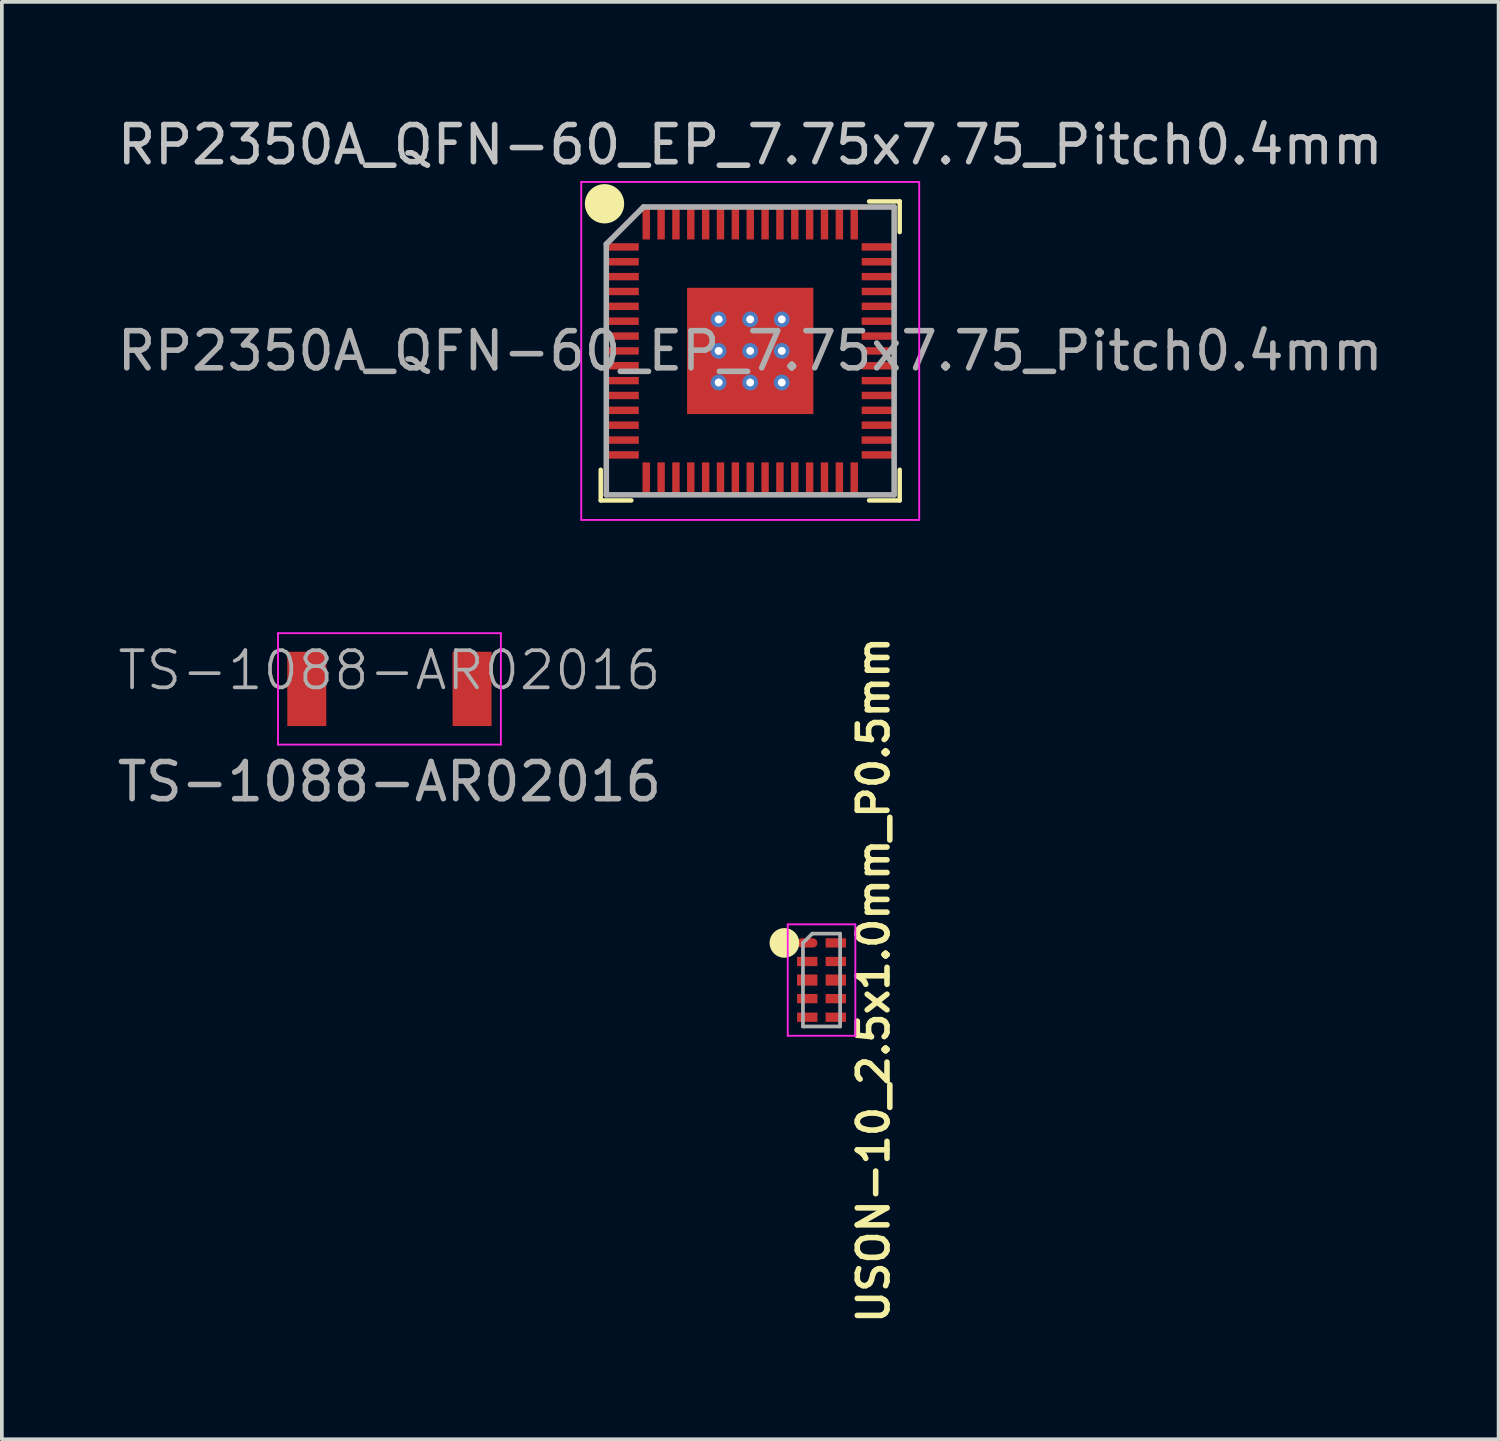
<source format=kicad_pcb>
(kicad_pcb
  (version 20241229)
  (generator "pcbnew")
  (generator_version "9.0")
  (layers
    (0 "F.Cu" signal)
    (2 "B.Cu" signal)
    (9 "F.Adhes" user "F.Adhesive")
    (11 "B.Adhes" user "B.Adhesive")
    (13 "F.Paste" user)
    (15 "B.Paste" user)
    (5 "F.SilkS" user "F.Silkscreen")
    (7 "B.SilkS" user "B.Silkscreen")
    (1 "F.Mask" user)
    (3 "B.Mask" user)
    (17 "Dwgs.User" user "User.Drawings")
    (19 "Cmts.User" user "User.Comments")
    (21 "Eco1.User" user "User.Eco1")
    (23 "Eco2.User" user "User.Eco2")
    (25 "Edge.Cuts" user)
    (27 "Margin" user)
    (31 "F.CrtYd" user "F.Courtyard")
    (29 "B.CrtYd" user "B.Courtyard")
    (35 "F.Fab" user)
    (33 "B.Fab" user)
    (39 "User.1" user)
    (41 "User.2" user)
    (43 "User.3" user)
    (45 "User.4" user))
  (footprint "USON-10_2.5x1.0mm_P0.5mm"
    (layer "F.Cu")
    (at 19.069 23.337)
    (property "Reference" "USON-10_2.5x1.0mm_P0.5mm" (at 1.4 0 270) (layer "F.SilkS") (effects (font (size 0.8 0.8) (thickness 0.15))))
    (attr smd)
    (fp_circle (center -1 -1) (end -1 -1) (stroke (width 0.4) (type solid)) (fill no) (layer "F.SilkS"))
    (fp_line (start -0.91 -1.5) (end 0.91 -1.5) (stroke (width 0.05) (type solid)) (layer "F.CrtYd"))
    (fp_line (start -0.91 1.5) (end -0.91 -1.5) (stroke (width 0.05) (type solid)) (layer "F.CrtYd"))
    (fp_line (start 0.91 -1.5) (end 0.91 1.5) (stroke (width 0.05) (type solid)) (layer "F.CrtYd"))
    (fp_line (start 0.91 1.5) (end -0.91 1.5) (stroke (width 0.05) (type solid)) (layer "F.CrtYd"))
    (fp_line (start -0.5 -1) (end -0.5 1.25) (stroke (width 0.1) (type solid)) (layer "F.Fab"))
    (fp_line (start -0.5 1.25) (end 0.5 1.25) (stroke (width 0.1) (type solid)) (layer "F.Fab"))
    (fp_line (start -0.25 -1.25) (end -0.5 -1) (stroke (width 0.1) (type solid)) (layer "F.Fab"))
    (fp_line (start 0.5 -1.25) (end -0.25 -1.25) (stroke (width 0.1) (type solid)) (layer "F.Fab"))
    (fp_line (start 0.5 -1.25) (end 0.5 1.25) (stroke (width 0.1) (type solid)) (layer "F.Fab"))
    (pad "1" smd roundrect (at -0.385 -1 270) (size 0.25 0.55) (layers "F.Cu" "F.Mask" "F.Paste") (roundrect_rratio 0.5))
    (pad "2" smd rect (at -0.385 -0.5 270) (size 0.25 0.55) (layers "F.Cu" "F.Mask" "F.Paste"))
    (pad "3" smd rect (at -0.385 0 270) (size 0.3 0.55) (layers "F.Cu" "F.Mask" "F.Paste"))
    (pad "4" smd rect (at -0.385 0.5 270) (size 0.25 0.55) (layers "F.Cu" "F.Mask" "F.Paste"))
    (pad "5" smd rect (at -0.385 1 270) (size 0.25 0.55) (layers "F.Cu" "F.Mask" "F.Paste"))
    (pad "6" smd rect (at 0.385 1 270) (size 0.25 0.55) (layers "F.Cu" "F.Mask" "F.Paste"))
    (pad "7" smd rect (at 0.385 0.5 270) (size 0.25 0.55) (layers "F.Cu" "F.Mask" "F.Paste"))
    (pad "8" smd rect (at 0.385 0 270) (size 0.3 0.55) (layers "F.Cu" "F.Mask" "F.Paste"))
    (pad "9" smd rect (at 0.385 -0.5 270) (size 0.25 0.55) (layers "F.Cu" "F.Mask" "F.Paste"))
    (pad "10" smd rect (at 0.385 -1 270) (size 0.25 0.55) (layers "F.Cu" "F.Mask" "F.Paste")))
  (footprint "RP2350A_QFN-60_EP_7.75x7.75_Pitch0.4mm"
    (layer "F.Cu")
    (at 17.149 6.398)
    (property "Reference" "RP2350A_QFN-60_EP_7.75x7.75_Pitch0.4mm" (at 0 -5.55 0) (layer "Dwgs.User") (effects (font (size 1 1) (thickness 0.15))))
    (attr smd)
    (fp_line (start -4.025 4.025) (end -4.025 3.2) (stroke (width 0.12) (type default)) (layer "F.SilkS"))
    (fp_line (start -3.2 4.025) (end -4.025 4.025) (stroke (width 0.12) (type default)) (layer "F.SilkS"))
    (fp_line (start 3.2 -4.025) (end 4.025 -4.025) (stroke (width 0.12) (type default)) (layer "F.SilkS"))
    (fp_line (start 3.2 4.025) (end 4.025 4.025) (stroke (width 0.12) (type default)) (layer "F.SilkS"))
    (fp_line (start 4.025 -4.025) (end 4.025 -3.2) (stroke (width 0.12) (type default)) (layer "F.SilkS"))
    (fp_line (start 4.025 4.025) (end 4.025 3.2) (stroke (width 0.12) (type default)) (layer "F.SilkS"))
    (fp_circle (center -3.923 -3.962) (end -3.454 -3.962) (stroke (width 0.12) (type solid)) (fill yes) (layer "F.SilkS"))
    (fp_line (start -4.55 -4.55) (end 4.55 -4.55) (stroke (width 0.05) (type default)) (layer "F.CrtYd"))
    (fp_line (start -4.55 4.55) (end -4.55 -4.55) (stroke (width 0.05) (type default)) (layer "F.CrtYd"))
    (fp_line (start 4.55 -4.55) (end 4.55 4.55) (stroke (width 0.05) (type default)) (layer "F.CrtYd"))
    (fp_line (start 4.55 4.55) (end -4.55 4.55) (stroke (width 0.05) (type default)) (layer "F.CrtYd"))
    (fp_line (start -3.875 -2.875) (end -3.875 3.875) (stroke (width 0.15) (type default)) (layer "F.Fab"))
    (fp_line (start -3.875 3.875) (end 3.875 3.875) (stroke (width 0.15) (type default)) (layer "F.Fab"))
    (fp_line (start -2.875 -3.875) (end -3.875 -2.875) (stroke (width 0.15) (type default)) (layer "F.Fab"))
    (fp_line (start 3.875 -3.875) (end -2.875 -3.875) (stroke (width 0.15) (type default)) (layer "F.Fab"))
    (fp_line (start 3.875 3.875) (end 3.875 -3.875) (stroke (width 0.15) (type default)) (layer "F.Fab"))
    (fp_text user "${REFERENCE}" (at 0 0 0) (layer "F.Fab") (effects (font (size 1 1) (thickness 0.15))))
    (pad "" smd rect (at -1.275 -1.275) (size 0.1 0.1) (layers "F.Paste"))
    (pad "" smd rect (at -1.275 -0.425) (size 0.1 0.1) (layers "F.Paste"))
    (pad "" smd rect (at -1.275 0.425) (size 0.1 0.1) (layers "F.Paste"))
    (pad "" smd rect (at -1.275 1.275) (size 0.1 0.1) (layers "F.Paste"))
    (pad "" smd rect (at -0.425 -1.275) (size 0.1 0.1) (layers "F.Paste"))
    (pad "" smd rect (at -0.425 -0.425) (size 0.1 0.1) (layers "F.Paste"))
    (pad "" smd rect (at -0.425 0.425) (size 0.1 0.1) (layers "F.Paste"))
    (pad "" smd rect (at -0.425 1.275) (size 0.1 0.1) (layers "F.Paste"))
    (pad "" smd rect (at 0.425 -1.275) (size 0.1 0.1) (layers "F.Paste"))
    (pad "" smd rect (at 0.425 -0.425) (size 0.1 0.1) (layers "F.Paste"))
    (pad "" smd rect (at 0.425 0.425) (size 0.1 0.1) (layers "F.Paste"))
    (pad "" smd rect (at 0.425 1.275) (size 0.1 0.1) (layers "F.Paste"))
    (pad "" smd rect (at 1.275 -1.275) (size 0.1 0.1) (layers "F.Paste"))
    (pad "" smd rect (at 1.275 -0.425) (size 0.1 0.1) (layers "F.Paste"))
    (pad "" smd rect (at 1.275 0.425) (size 0.1 0.1) (layers "F.Paste"))
    (pad "" smd rect (at 1.275 1.275) (size 0.1 0.1) (layers "F.Paste"))
    (pad "1" smd rect (at -3.438 -2.8 90) (size 0.2 0.875) (layers "F.Cu" "F.Mask" "F.Paste"))
    (pad "2" smd rect (at -3.438 -2.4 90) (size 0.2 0.875) (layers "F.Cu" "F.Mask" "F.Paste"))
    (pad "3" smd rect (at -3.438 -2 90) (size 0.2 0.875) (layers "F.Cu" "F.Mask" "F.Paste"))
    (pad "4" smd rect (at -3.438 -1.6 90) (size 0.2 0.875) (layers "F.Cu" "F.Mask" "F.Paste"))
    (pad "5" smd rect (at -3.438 -1.2 90) (size 0.2 0.875) (layers "F.Cu" "F.Mask" "F.Paste"))
    (pad "6" smd rect (at -3.438 -0.8 90) (size 0.2 0.875) (layers "F.Cu" "F.Mask" "F.Paste"))
    (pad "7" smd rect (at -3.438 -0.4 90) (size 0.2 0.875) (layers "F.Cu" "F.Mask" "F.Paste"))
    (pad "8" smd rect (at -3.438 0 90) (size 0.2 0.875) (layers "F.Cu" "F.Mask" "F.Paste"))
    (pad "9" smd rect (at -3.438 0.4 90) (size 0.2 0.875) (layers "F.Cu" "F.Mask" "F.Paste"))
    (pad "10" smd rect (at -3.438 0.8 90) (size 0.2 0.875) (layers "F.Cu" "F.Mask" "F.Paste"))
    (pad "11" smd rect (at -3.438 1.2 90) (size 0.2 0.875) (layers "F.Cu" "F.Mask" "F.Paste"))
    (pad "12" smd rect (at -3.438 1.6 90) (size 0.2 0.875) (layers "F.Cu" "F.Mask" "F.Paste"))
    (pad "13" smd rect (at -3.438 2 90) (size 0.2 0.875) (layers "F.Cu" "F.Mask" "F.Paste"))
    (pad "14" smd rect (at -3.438 2.4 90) (size 0.2 0.875) (layers "F.Cu" "F.Mask" "F.Paste"))
    (pad "15" smd rect (at -3.438 2.8 90) (size 0.2 0.875) (layers "F.Cu" "F.Mask" "F.Paste"))
    (pad "16" smd rect (at -2.8 3.438) (size 0.2 0.875) (layers "F.Cu" "F.Mask" "F.Paste"))
    (pad "17" smd rect (at -2.4 3.438) (size 0.2 0.875) (layers "F.Cu" "F.Mask" "F.Paste"))
    (pad "18" smd rect (at -2 3.438) (size 0.2 0.875) (layers "F.Cu" "F.Mask" "F.Paste"))
    (pad "19" smd rect (at -1.6 3.438) (size 0.2 0.875) (layers "F.Cu" "F.Mask" "F.Paste"))
    (pad "20" smd rect (at -1.2 3.438) (size 0.2 0.875) (layers "F.Cu" "F.Mask" "F.Paste"))
    (pad "21" smd rect (at -0.8 3.438) (size 0.2 0.875) (layers "F.Cu" "F.Mask" "F.Paste"))
    (pad "22" smd rect (at -0.4 3.438) (size 0.2 0.875) (layers "F.Cu" "F.Mask" "F.Paste"))
    (pad "23" smd rect (at 0 3.438) (size 0.2 0.875) (layers "F.Cu" "F.Mask" "F.Paste"))
    (pad "24" smd rect (at 0.4 3.438) (size 0.2 0.875) (layers "F.Cu" "F.Mask" "F.Paste"))
    (pad "25" smd rect (at 0.8 3.438) (size 0.2 0.875) (layers "F.Cu" "F.Mask" "F.Paste"))
    (pad "26" smd rect (at 1.2 3.438) (size 0.2 0.875) (layers "F.Cu" "F.Mask" "F.Paste"))
    (pad "27" smd rect (at 1.6 3.438) (size 0.2 0.875) (layers "F.Cu" "F.Mask" "F.Paste"))
    (pad "28" smd rect (at 2 3.438) (size 0.2 0.875) (layers "F.Cu" "F.Mask" "F.Paste"))
    (pad "29" smd rect (at 2.4 3.438) (size 0.2 0.875) (layers "F.Cu" "F.Mask" "F.Paste"))
    (pad "30" smd rect (at 2.8 3.438) (size 0.2 0.875) (layers "F.Cu" "F.Mask" "F.Paste"))
    (pad "31" smd rect (at 3.438 2.8 90) (size 0.2 0.875) (layers "F.Cu" "F.Mask" "F.Paste"))
    (pad "32" smd rect (at 3.438 2.4 90) (size 0.2 0.875) (layers "F.Cu" "F.Mask" "F.Paste"))
    (pad "33" smd rect (at 3.438 2 90) (size 0.2 0.875) (layers "F.Cu" "F.Mask" "F.Paste"))
    (pad "34" smd rect (at 3.438 1.6 90) (size 0.2 0.875) (layers "F.Cu" "F.Mask" "F.Paste"))
    (pad "35" smd rect (at 3.438 1.2 90) (size 0.2 0.875) (layers "F.Cu" "F.Mask" "F.Paste"))
    (pad "36" smd rect (at 3.438 0.8 90) (size 0.2 0.875) (layers "F.Cu" "F.Mask" "F.Paste"))
    (pad "37" smd rect (at 3.438 0.4 90) (size 0.2 0.875) (layers "F.Cu" "F.Mask" "F.Paste"))
    (pad "38" smd rect (at 3.438 0 90) (size 0.2 0.875) (layers "F.Cu" "F.Mask" "F.Paste"))
    (pad "39" smd rect (at 3.438 -0.4 90) (size 0.2 0.875) (layers "F.Cu" "F.Mask" "F.Paste"))
    (pad "40" smd rect (at 3.438 -0.8 90) (size 0.2 0.875) (layers "F.Cu" "F.Mask" "F.Paste"))
    (pad "41" smd rect (at 3.438 -1.2 90) (size 0.2 0.875) (layers "F.Cu" "F.Mask" "F.Paste"))
    (pad "42" smd rect (at 3.438 -1.6 90) (size 0.2 0.875) (layers "F.Cu" "F.Mask" "F.Paste"))
    (pad "43" smd rect (at 3.438 -2 90) (size 0.2 0.875) (layers "F.Cu" "F.Mask" "F.Paste"))
    (pad "44" smd rect (at 3.438 -2.4 90) (size 0.2 0.875) (layers "F.Cu" "F.Mask" "F.Paste"))
    (pad "45" smd rect (at 3.438 -2.8 90) (size 0.2 0.875) (layers "F.Cu" "F.Mask" "F.Paste"))
    (pad "46" smd rect (at 2.8 -3.438) (size 0.2 0.875) (layers "F.Cu" "F.Mask" "F.Paste"))
    (pad "47" smd rect (at 2.4 -3.438) (size 0.2 0.875) (layers "F.Cu" "F.Mask" "F.Paste"))
    (pad "48" smd rect (at 2 -3.438) (size 0.2 0.875) (layers "F.Cu" "F.Mask" "F.Paste"))
    (pad "49" smd rect (at 1.6 -3.438) (size 0.2 0.875) (layers "F.Cu" "F.Mask" "F.Paste"))
    (pad "50" smd rect (at 1.2 -3.438) (size 0.2 0.875) (layers "F.Cu" "F.Mask" "F.Paste"))
    (pad "51" smd rect (at 0.8 -3.438) (size 0.2 0.875) (layers "F.Cu" "F.Mask" "F.Paste"))
    (pad "52" smd rect (at 0.4 -3.438) (size 0.2 0.875) (layers "F.Cu" "F.Mask" "F.Paste"))
    (pad "53" smd rect (at 0 -3.438) (size 0.2 0.875) (layers "F.Cu" "F.Mask" "F.Paste"))
    (pad "54" smd rect (at -0.4 -3.438) (size 0.2 0.875) (layers "F.Cu" "F.Mask" "F.Paste"))
    (pad "55" smd rect (at -0.8 -3.438) (size 0.2 0.875) (layers "F.Cu" "F.Mask" "F.Paste"))
    (pad "56" smd rect (at -1.2 -3.438) (size 0.2 0.875) (layers "F.Cu" "F.Mask" "F.Paste"))
    (pad "57" smd rect (at -1.6 -3.438) (size 0.2 0.875) (layers "F.Cu" "F.Mask" "F.Paste"))
    (pad "58" smd rect (at -2 -3.438) (size 0.2 0.875) (layers "F.Cu" "F.Mask" "F.Paste"))
    (pad "59" smd rect (at -2.4 -3.438) (size 0.2 0.875) (layers "F.Cu" "F.Mask" "F.Paste"))
    (pad "60" smd rect (at -2.8 -3.438) (size 0.2 0.875) (layers "F.Cu" "F.Mask" "F.Paste"))
    (pad "61" thru_hole circle (at -0.85 -0.85) (size 0.425 0.425) (drill 0.212) (property pad_prop_heatsink) (layers "*.Cu" "*.Mask"))
    (pad "61" thru_hole circle (at -0.85 0) (size 0.425 0.425) (drill 0.212) (property pad_prop_heatsink) (layers "*.Cu" "*.Mask"))
    (pad "61" thru_hole circle (at -0.85 0.85) (size 0.425 0.425) (drill 0.212) (property pad_prop_heatsink) (layers "*.Cu" "*.Mask"))
    (pad "61" thru_hole circle (at 0 -0.85) (size 0.425 0.425) (drill 0.212) (property pad_prop_heatsink) (layers "*.Cu" "*.Mask"))
    (pad "61" thru_hole circle (at 0 0) (size 0.425 0.425) (drill 0.212) (property pad_prop_heatsink) (layers "*.Cu" "*.Mask"))
    (pad "61" smd rect (at 0 0) (size 3.4 3.4) (layers "F.Cu" "F.Mask"))
    (pad "61" thru_hole circle (at 0 0.85) (size 0.425 0.425) (drill 0.212) (property pad_prop_heatsink) (layers "*.Cu" "*.Mask"))
    (pad "61" thru_hole circle (at 0.85 -0.85) (size 0.425 0.425) (drill 0.212) (property pad_prop_heatsink) (layers "*.Cu" "*.Mask"))
    (pad "61" thru_hole circle (at 0.85 0) (size 0.425 0.425) (drill 0.212) (property pad_prop_heatsink) (layers "*.Cu" "*.Mask"))
    (pad "61" thru_hole circle (at 0.85 0.85) (size 0.425 0.425) (drill 0.212) (property pad_prop_heatsink) (layers "*.Cu" "*.Mask")))
  (footprint "TS-1088-AR02016"
    (layer "F.Cu")
    (at 7.435 15.498)
    (property "Reference" "TS-1088-AR02016" (at 0 -0.5 0) (unlocked yes) (layer "F.Fab") (effects (font (size 1 1) (thickness 0.1))))
    (attr smd)
    (fp_line (start -3 -1.5) (end 3 -1.5) (stroke (width 0.05) (type default)) (layer "F.CrtYd"))
    (fp_line (start -3 1.5) (end -3 -1.5) (stroke (width 0.05) (type default)) (layer "F.CrtYd"))
    (fp_line (start 3 -1.5) (end 3 1.5) (stroke (width 0.05) (type default)) (layer "F.CrtYd"))
    (fp_line (start 3 1.5) (end -3 1.5) (stroke (width 0.05) (type default)) (layer "F.CrtYd"))
    (fp_text user "${REFERENCE}" (at 0 2.5 0) (unlocked yes) (layer "F.Fab") (effects (font (size 1 1) (thickness 0.15))))
    (pad "1" smd rect (at -2.225 0) (size 1.05 2) (property pad_prop_heatsink) (layers "F.Cu" "F.Mask" "F.Paste"))
    (pad "2" smd rect (at 2.225 0) (size 1.05 2) (property pad_prop_heatsink) (layers "F.Cu" "F.Mask" "F.Paste")))
  (gr_rect
    (start -3 -3)
    (end 37.298 35.701)
    (stroke (width 0.1) (type default))
    (fill no)
    (layer "Edge.Cuts")))
</source>
